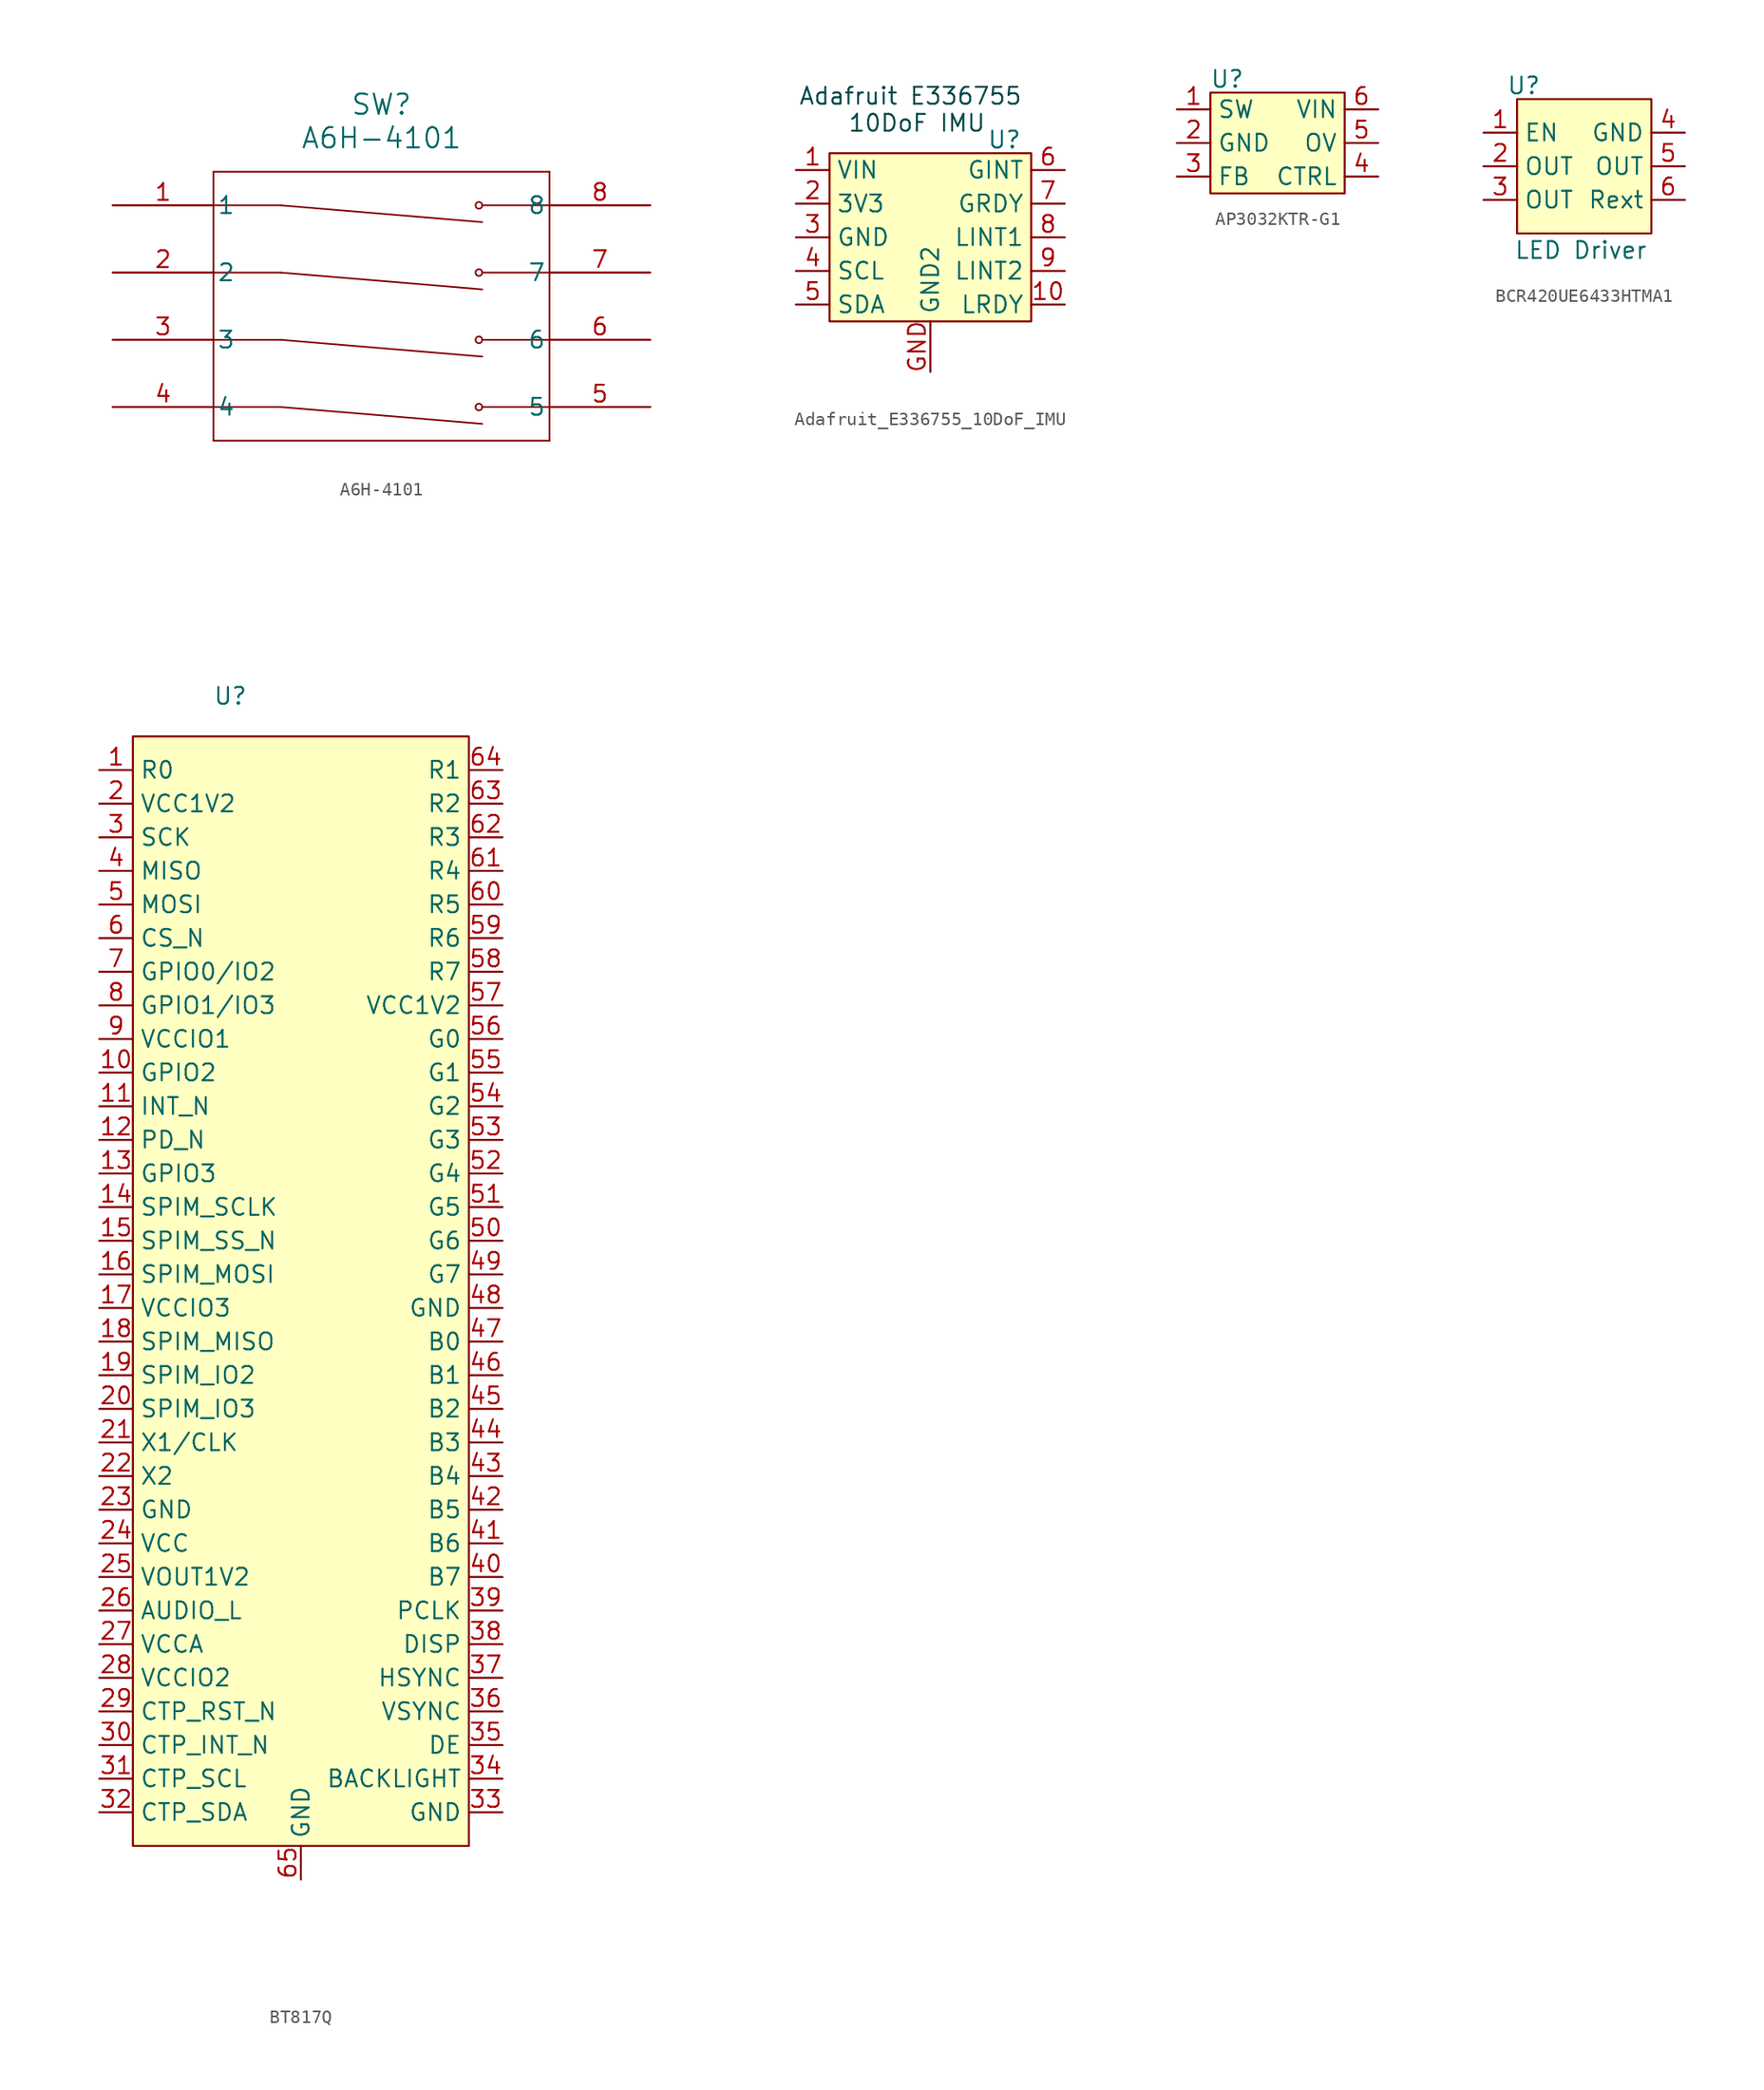
<source format=kicad_sym>
(kicad_symbol_lib
  (version 20241209)
  (generator "kicad_symbol_editor")
  (generator_version "9.0")
  (symbol "A6H-4101"
    (pin_names
      (offset 0.254))
    (property "Reference" "SW"
      (at 20.32 7.62 0)
      (effects (font (size 1.524 1.524))))
    (property "Value" "A6H-4101"
      (at 20.32 5.08 0)
      (effects (font (size 1.524 1.524))))
    (symbol "A6H-4101_0_1"
      (polyline (pts (xy 7.62 2.54) (xy 7.62 -17.78)) (stroke (width 0.127) (type default)) (fill (type none)))
      (polyline (pts (xy 7.62 -17.78) (xy 33.02 -17.78)) (stroke (width 0.127) (type default)) (fill (type none)))
      (polyline (pts (xy 12.7 0) (xy 7.62 0)) (stroke (width 0.127) (type default)) (fill (type none)))
      (polyline (pts (xy 12.7 0) (xy 27.94 -1.27)) (stroke (width 0.127) (type default)) (fill (type none)))
      (polyline (pts (xy 12.7 -5.08) (xy 7.62 -5.08)) (stroke (width 0.127) (type default)) (fill (type none)))
      (polyline (pts (xy 12.7 -5.08) (xy 27.94 -6.35)) (stroke (width 0.127) (type default)) (fill (type none)))
      (polyline (pts (xy 12.7 -10.16) (xy 7.62 -10.16)) (stroke (width 0.127) (type default)) (fill (type none)))
      (polyline (pts (xy 12.7 -10.16) (xy 27.94 -11.43)) (stroke (width 0.127) (type default)) (fill (type none)))
      (polyline (pts (xy 12.7 -15.24) (xy 7.62 -15.24)) (stroke (width 0.127) (type default)) (fill (type none)))
      (polyline (pts (xy 12.7 -15.24) (xy 27.94 -16.51)) (stroke (width 0.127) (type default)) (fill (type none)))
      (circle (center 27.686 0) (radius 0.254) (stroke (width 0.127) (type default)) (fill (type none)))
      (circle (center 27.686 -5.08) (radius 0.254) (stroke (width 0.127) (type default)) (fill (type none)))
      (circle (center 27.686 -10.16) (radius 0.254) (stroke (width 0.127) (type default)) (fill (type none)))
      (circle (center 27.686 -15.24) (radius 0.254) (stroke (width 0.127) (type default)) (fill (type none)))
      (polyline (pts (xy 27.94 0) (xy 33.02 0)) (stroke (width 0.127) (type default)) (fill (type none)))
      (polyline (pts (xy 27.94 -5.08) (xy 33.02 -5.08)) (stroke (width 0.127) (type default)) (fill (type none)))
      (polyline (pts (xy 27.94 -10.16) (xy 33.02 -10.16)) (stroke (width 0.127) (type default)) (fill (type none)))
      (polyline (pts (xy 27.94 -15.24) (xy 33.02 -15.24)) (stroke (width 0.127) (type default)) (fill (type none)))
      (polyline (pts (xy 33.02 2.54) (xy 7.62 2.54)) (stroke (width 0.127) (type default)) (fill (type none)))
      (polyline (pts (xy 33.02 -17.78) (xy 33.02 2.54)) (stroke (width 0.127) (type default)) (fill (type none)))
      (pin unspecified line (at 0 0 0) (length 7.62) (name "1" (effects (font (size 1.27 1.27)))) (number "1" (effects (font (size 1.27 1.27)))))
      (pin unspecified line (at 0 -5.08 0) (length 7.62) (name "2" (effects (font (size 1.27 1.27)))) (number "2" (effects (font (size 1.27 1.27)))))
      (pin unspecified line (at 0 -10.16 0) (length 7.62) (name "3" (effects (font (size 1.27 1.27)))) (number "3" (effects (font (size 1.27 1.27)))))
      (pin unspecified line (at 0 -15.24 0) (length 7.62) (name "4" (effects (font (size 1.27 1.27)))) (number "4" (effects (font (size 1.27 1.27)))))
      (pin unspecified line (at 40.64 0 180) (length 7.62) (name "8" (effects (font (size 1.27 1.27)))) (number "8" (effects (font (size 1.27 1.27)))))
      (pin unspecified line (at 40.64 -5.08 180) (length 7.62) (name "7" (effects (font (size 1.27 1.27)))) (number "7" (effects (font (size 1.27 1.27)))))
      (pin unspecified line (at 40.64 -10.16 180) (length 7.62) (name "6" (effects (font (size 1.27 1.27)))) (number "6" (effects (font (size 1.27 1.27)))))
      (pin unspecified line (at 40.64 -15.24 180) (length 7.62) (name "5" (effects (font (size 1.27 1.27)))) (number "5" (effects (font (size 1.27 1.27)))))))
  (symbol "Adafruit_E336755_10DoF_IMU"
    (property "Reference" "U"
      (at 5.588 7.366 0)
      (effects (font (size 1.27 1.27))))
    (property "Value" ""
      (at 2.54 -5.08 0)
      (effects (font (size 1.27 1.27))))
    (symbol "Adafruit_E336755_10DoF_IMU_1_1"
      (rectangle (start -7.62 6.35) (end 7.62 -6.35) (stroke (width 0) (type default)) (fill (type background)))
      (text "Adafruit E336755 \n10DoF IMU" (at -1.016 9.652 0) (effects (font (size 1.27 1.27) (color 0 72 72 1))))
      (pin power_in line (at -10.16 5.08 0) (length 2.54) (name "VIN" (effects (font (size 1.27 1.27)))) (number "1" (effects (font (size 1.27 1.27)))))
      (pin power_in line (at -10.16 2.54 0) (length 2.54) (name "3V3" (effects (font (size 1.27 1.27)))) (number "2" (effects (font (size 1.27 1.27)))))
      (pin power_in line (at -10.16 0 0) (length 2.54) (name "GND" (effects (font (size 1.27 1.27)))) (number "3" (effects (font (size 1.27 1.27)))))
      (pin input line (at -10.16 -2.54 0) (length 2.54) (name "SCL" (effects (font (size 1.27 1.27)))) (number "4" (effects (font (size 1.27 1.27)))))
      (pin input line (at -10.16 -5.08 0) (length 2.54) (name "SDA" (effects (font (size 1.27 1.27)))) (number "5" (effects (font (size 1.27 1.27)))))
      (pin power_in line (at 0 -10.16 90) (length 3.81) (name "GND2" (effects (font (size 1.27 1.27)))) (number "GND" (effects (font (size 1.27 1.27)))))
      (pin unspecified line (at 10.16 5.08 180) (length 2.54) (name "GINT" (effects (font (size 1.27 1.27)))) (number "6" (effects (font (size 1.27 1.27)))))
      (pin unspecified line (at 10.16 2.54 180) (length 2.54) (name "GRDY" (effects (font (size 1.27 1.27)))) (number "7" (effects (font (size 1.27 1.27)))))
      (pin unspecified line (at 10.16 0 180) (length 2.54) (name "LINT1" (effects (font (size 1.27 1.27)))) (number "8" (effects (font (size 1.27 1.27)))))
      (pin unspecified line (at 10.16 -2.54 180) (length 2.54) (name "LINT2" (effects (font (size 1.27 1.27)))) (number "9" (effects (font (size 1.27 1.27)))))
      (pin unspecified line (at 10.16 -5.08 180) (length 2.54) (name "LRDY" (effects (font (size 1.27 1.27)))) (number "10" (effects (font (size 1.27 1.27)))))))
  (symbol "AP3032KTR-G1"
    (property "Reference" "U"
      (at 1.27 1.016 0)
      (effects (font (size 1.27 1.27))))
    (property "Value" ""
      (at 0 0 0)
      (effects (font (size 1.27 1.27))))
    (symbol "AP3032KTR-G1_1_1"
      (rectangle (start 0 0) (end 10.16 -7.62) (stroke (width 0) (type default)) (fill (type background)))
      (pin input line (at -2.54 -1.27 0) (length 2.54) (name "SW" (effects (font (size 1.27 1.27)))) (number "1" (effects (font (size 1.27 1.27)))))
      (pin input line (at -2.54 -3.81 0) (length 2.54) (name "GND" (effects (font (size 1.27 1.27)))) (number "2" (effects (font (size 1.27 1.27)))))
      (pin input line (at -2.54 -6.35 0) (length 2.54) (name "FB" (effects (font (size 1.27 1.27)))) (number "3" (effects (font (size 1.27 1.27)))))
      (pin input line (at 12.7 -1.27 180) (length 2.54) (name "VIN" (effects (font (size 1.27 1.27)))) (number "6" (effects (font (size 1.27 1.27)))))
      (pin input line (at 12.7 -3.81 180) (length 2.54) (name "OV" (effects (font (size 1.27 1.27)))) (number "5" (effects (font (size 1.27 1.27)))))
      (pin input line (at 12.7 -6.35 180) (length 2.54) (name "CTRL" (effects (font (size 1.27 1.27)))) (number "4" (effects (font (size 1.27 1.27)))))))
  (symbol "BCR420UE6433HTMA1"
    (property "Reference" "U"
      (at -4.572 6.096 0)
      (effects (font (size 1.27 1.27))))
    (property "Value" "LED Driver"
      (at -0.254 -6.35 0)
      (effects (font (size 1.27 1.27))))
    (symbol "BCR420UE6433HTMA1_1_1"
      (rectangle (start -5.08 5.08) (end 5.08 -5.08) (stroke (width 0) (type default)) (fill (type background)))
      (pin input line (at -7.62 2.54 0) (length 2.54) (name "EN" (effects (font (size 1.27 1.27)))) (number "1" (effects (font (size 1.27 1.27)))))
      (pin input line (at -7.62 0 0) (length 2.54) (name "OUT" (effects (font (size 1.27 1.27)))) (number "2" (effects (font (size 1.27 1.27)))))
      (pin input line (at -7.62 -2.54 0) (length 2.54) (name "OUT" (effects (font (size 1.27 1.27)))) (number "3" (effects (font (size 1.27 1.27)))))
      (pin output line (at 7.62 2.54 180) (length 2.54) (name "GND" (effects (font (size 1.27 1.27)))) (number "4" (effects (font (size 1.27 1.27)))))
      (pin input line (at 7.62 0 180) (length 2.54) (name "OUT" (effects (font (size 1.27 1.27)))) (number "5" (effects (font (size 1.27 1.27)))))
      (pin bidirectional line (at 7.62 -2.54 180) (length 2.54) (name "Rext" (effects (font (size 1.27 1.27)))) (number "6" (effects (font (size 1.27 1.27)))))))
  (symbol "BT817Q"
    (property "Reference" "U"
      (at 7.366 3.048 0)
      (effects (font (size 1.27 1.27))))
    (property "Value" ""
      (at 0 0 0)
      (effects (font (size 1.27 1.27))))
    (symbol "BT817Q_1_1"
      (rectangle (start 0 0) (end 25.4 -83.82) (stroke (width 0) (type default)) (fill (type background)))
      (pin input line (at -2.54 -2.54 0) (length 2.54) (name "R0" (effects (font (size 1.27 1.27)))) (number "1" (effects (font (size 1.27 1.27)))))
      (pin input line (at -2.54 -5.08 0) (length 2.54) (name "VCC1V2" (effects (font (size 1.27 1.27)))) (number "2" (effects (font (size 1.27 1.27)))))
      (pin input line (at -2.54 -7.62 0) (length 2.54) (name "SCK" (effects (font (size 1.27 1.27)))) (number "3" (effects (font (size 1.27 1.27)))))
      (pin input line (at -2.54 -10.16 0) (length 2.54) (name "MISO" (effects (font (size 1.27 1.27)))) (number "4" (effects (font (size 1.27 1.27)))))
      (pin input line (at -2.54 -12.7 0) (length 2.54) (name "MOSI" (effects (font (size 1.27 1.27)))) (number "5" (effects (font (size 1.27 1.27)))))
      (pin input line (at -2.54 -15.24 0) (length 2.54) (name "CS_N" (effects (font (size 1.27 1.27)))) (number "6" (effects (font (size 1.27 1.27)))))
      (pin input line (at -2.54 -17.78 0) (length 2.54) (name "GPIO0/IO2" (effects (font (size 1.27 1.27)))) (number "7" (effects (font (size 1.27 1.27)))))
      (pin input line (at -2.54 -20.32 0) (length 2.54) (name "GPIO1/IO3" (effects (font (size 1.27 1.27)))) (number "8" (effects (font (size 1.27 1.27)))))
      (pin input line (at -2.54 -22.86 0) (length 2.54) (name "VCCIO1" (effects (font (size 1.27 1.27)))) (number "9" (effects (font (size 1.27 1.27)))))
      (pin input line (at -2.54 -25.4 0) (length 2.54) (name "GPIO2" (effects (font (size 1.27 1.27)))) (number "10" (effects (font (size 1.27 1.27)))))
      (pin input line (at -2.54 -27.94 0) (length 2.54) (name "INT_N" (effects (font (size 1.27 1.27)))) (number "11" (effects (font (size 1.27 1.27)))))
      (pin input line (at -2.54 -30.48 0) (length 2.54) (name "PD_N" (effects (font (size 1.27 1.27)))) (number "12" (effects (font (size 1.27 1.27)))))
      (pin input line (at -2.54 -33.02 0) (length 2.54) (name "GPIO3" (effects (font (size 1.27 1.27)))) (number "13" (effects (font (size 1.27 1.27)))))
      (pin input line (at -2.54 -35.56 0) (length 2.54) (name "SPIM_SCLK" (effects (font (size 1.27 1.27)))) (number "14" (effects (font (size 1.27 1.27)))))
      (pin input line (at -2.54 -38.1 0) (length 2.54) (name "SPIM_SS_N" (effects (font (size 1.27 1.27)))) (number "15" (effects (font (size 1.27 1.27)))))
      (pin input line (at -2.54 -40.64 0) (length 2.54) (name "SPIM_MOSI" (effects (font (size 1.27 1.27)))) (number "16" (effects (font (size 1.27 1.27)))))
      (pin input line (at -2.54 -43.18 0) (length 2.54) (name "VCCIO3" (effects (font (size 1.27 1.27)))) (number "17" (effects (font (size 1.27 1.27)))))
      (pin input line (at -2.54 -45.72 0) (length 2.54) (name "SPIM_MISO" (effects (font (size 1.27 1.27)))) (number "18" (effects (font (size 1.27 1.27)))))
      (pin input line (at -2.54 -48.26 0) (length 2.54) (name "SPIM_IO2" (effects (font (size 1.27 1.27)))) (number "19" (effects (font (size 1.27 1.27)))))
      (pin input line (at -2.54 -50.8 0) (length 2.54) (name "SPIM_IO3" (effects (font (size 1.27 1.27)))) (number "20" (effects (font (size 1.27 1.27)))))
      (pin input line (at -2.54 -53.34 0) (length 2.54) (name "X1/CLK" (effects (font (size 1.27 1.27)))) (number "21" (effects (font (size 1.27 1.27)))))
      (pin input line (at -2.54 -55.88 0) (length 2.54) (name "X2" (effects (font (size 1.27 1.27)))) (number "22" (effects (font (size 1.27 1.27)))))
      (pin input line (at -2.54 -58.42 0) (length 2.54) (name "GND" (effects (font (size 1.27 1.27)))) (number "23" (effects (font (size 1.27 1.27)))))
      (pin input line (at -2.54 -60.96 0) (length 2.54) (name "VCC" (effects (font (size 1.27 1.27)))) (number "24" (effects (font (size 1.27 1.27)))))
      (pin input line (at -2.54 -63.5 0) (length 2.54) (name "VOUT1V2" (effects (font (size 1.27 1.27)))) (number "25" (effects (font (size 1.27 1.27)))))
      (pin input line (at -2.54 -66.04 0) (length 2.54) (name "AUDIO_L" (effects (font (size 1.27 1.27)))) (number "26" (effects (font (size 1.27 1.27)))))
      (pin input line (at -2.54 -68.58 0) (length 2.54) (name "VCCA" (effects (font (size 1.27 1.27)))) (number "27" (effects (font (size 1.27 1.27)))))
      (pin input line (at -2.54 -71.12 0) (length 2.54) (name "VCCIO2" (effects (font (size 1.27 1.27)))) (number "28" (effects (font (size 1.27 1.27)))))
      (pin input line (at -2.54 -73.66 0) (length 2.54) (name "CTP_RST_N" (effects (font (size 1.27 1.27)))) (number "29" (effects (font (size 1.27 1.27)))))
      (pin input line (at -2.54 -76.2 0) (length 2.54) (name "CTP_INT_N" (effects (font (size 1.27 1.27)))) (number "30" (effects (font (size 1.27 1.27)))))
      (pin input line (at -2.54 -78.74 0) (length 2.54) (name "CTP_SCL" (effects (font (size 1.27 1.27)))) (number "31" (effects (font (size 1.27 1.27)))))
      (pin input line (at -2.54 -81.28 0) (length 2.54) (name "CTP_SDA" (effects (font (size 1.27 1.27)))) (number "32" (effects (font (size 1.27 1.27)))))
      (pin input line (at 12.7 -86.36 90) (length 2.54) (name "GND" (effects (font (size 1.27 1.27)))) (number "65" (effects (font (size 1.27 1.27)))))
      (pin input line (at 27.94 -2.54 180) (length 2.54) (name "R1" (effects (font (size 1.27 1.27)))) (number "64" (effects (font (size 1.27 1.27)))))
      (pin input line (at 27.94 -5.08 180) (length 2.54) (name "R2" (effects (font (size 1.27 1.27)))) (number "63" (effects (font (size 1.27 1.27)))))
      (pin input line (at 27.94 -7.62 180) (length 2.54) (name "R3" (effects (font (size 1.27 1.27)))) (number "62" (effects (font (size 1.27 1.27)))))
      (pin input line (at 27.94 -10.16 180) (length 2.54) (name "R4" (effects (font (size 1.27 1.27)))) (number "61" (effects (font (size 1.27 1.27)))))
      (pin input line (at 27.94 -12.7 180) (length 2.54) (name "R5" (effects (font (size 1.27 1.27)))) (number "60" (effects (font (size 1.27 1.27)))))
      (pin input line (at 27.94 -15.24 180) (length 2.54) (name "R6" (effects (font (size 1.27 1.27)))) (number "59" (effects (font (size 1.27 1.27)))))
      (pin input line (at 27.94 -17.78 180) (length 2.54) (name "R7" (effects (font (size 1.27 1.27)))) (number "58" (effects (font (size 1.27 1.27)))))
      (pin input line (at 27.94 -20.32 180) (length 2.54) (name "VCC1V2" (effects (font (size 1.27 1.27)))) (number "57" (effects (font (size 1.27 1.27)))))
      (pin input line (at 27.94 -22.86 180) (length 2.54) (name "G0" (effects (font (size 1.27 1.27)))) (number "56" (effects (font (size 1.27 1.27)))))
      (pin input line (at 27.94 -25.4 180) (length 2.54) (name "G1" (effects (font (size 1.27 1.27)))) (number "55" (effects (font (size 1.27 1.27)))))
      (pin input line (at 27.94 -27.94 180) (length 2.54) (name "G2" (effects (font (size 1.27 1.27)))) (number "54" (effects (font (size 1.27 1.27)))))
      (pin input line (at 27.94 -30.48 180) (length 2.54) (name "G3" (effects (font (size 1.27 1.27)))) (number "53" (effects (font (size 1.27 1.27)))))
      (pin input line (at 27.94 -33.02 180) (length 2.54) (name "G4" (effects (font (size 1.27 1.27)))) (number "52" (effects (font (size 1.27 1.27)))))
      (pin input line (at 27.94 -35.56 180) (length 2.54) (name "G5" (effects (font (size 1.27 1.27)))) (number "51" (effects (font (size 1.27 1.27)))))
      (pin input line (at 27.94 -38.1 180) (length 2.54) (name "G6" (effects (font (size 1.27 1.27)))) (number "50" (effects (font (size 1.27 1.27)))))
      (pin input line (at 27.94 -40.64 180) (length 2.54) (name "G7" (effects (font (size 1.27 1.27)))) (number "49" (effects (font (size 1.27 1.27)))))
      (pin input line (at 27.94 -43.18 180) (length 2.54) (name "GND" (effects (font (size 1.27 1.27)))) (number "48" (effects (font (size 1.27 1.27)))))
      (pin input line (at 27.94 -45.72 180) (length 2.54) (name "B0" (effects (font (size 1.27 1.27)))) (number "47" (effects (font (size 1.27 1.27)))))
      (pin input line (at 27.94 -48.26 180) (length 2.54) (name "B1" (effects (font (size 1.27 1.27)))) (number "46" (effects (font (size 1.27 1.27)))))
      (pin input line (at 27.94 -50.8 180) (length 2.54) (name "B2" (effects (font (size 1.27 1.27)))) (number "45" (effects (font (size 1.27 1.27)))))
      (pin input line (at 27.94 -53.34 180) (length 2.54) (name "B3" (effects (font (size 1.27 1.27)))) (number "44" (effects (font (size 1.27 1.27)))))
      (pin input line (at 27.94 -55.88 180) (length 2.54) (name "B4" (effects (font (size 1.27 1.27)))) (number "43" (effects (font (size 1.27 1.27)))))
      (pin input line (at 27.94 -58.42 180) (length 2.54) (name "B5" (effects (font (size 1.27 1.27)))) (number "42" (effects (font (size 1.27 1.27)))))
      (pin input line (at 27.94 -60.96 180) (length 2.54) (name "B6" (effects (font (size 1.27 1.27)))) (number "41" (effects (font (size 1.27 1.27)))))
      (pin input line (at 27.94 -63.5 180) (length 2.54) (name "B7" (effects (font (size 1.27 1.27)))) (number "40" (effects (font (size 1.27 1.27)))))
      (pin input line (at 27.94 -66.04 180) (length 2.54) (name "PCLK" (effects (font (size 1.27 1.27)))) (number "39" (effects (font (size 1.27 1.27)))))
      (pin input line (at 27.94 -68.58 180) (length 2.54) (name "DISP" (effects (font (size 1.27 1.27)))) (number "38" (effects (font (size 1.27 1.27)))))
      (pin input line (at 27.94 -71.12 180) (length 2.54) (name "HSYNC" (effects (font (size 1.27 1.27)))) (number "37" (effects (font (size 1.27 1.27)))))
      (pin input line (at 27.94 -73.66 180) (length 2.54) (name "VSYNC" (effects (font (size 1.27 1.27)))) (number "36" (effects (font (size 1.27 1.27)))))
      (pin input line (at 27.94 -76.2 180) (length 2.54) (name "DE" (effects (font (size 1.27 1.27)))) (number "35" (effects (font (size 1.27 1.27)))))
      (pin input line (at 27.94 -78.74 180) (length 2.54) (name "BACKLIGHT" (effects (font (size 1.27 1.27)))) (number "34" (effects (font (size 1.27 1.27)))))
      (pin input line (at 27.94 -81.28 180) (length 2.54) (name "GND" (effects (font (size 1.27 1.27)))) (number "33" (effects (font (size 1.27 1.27))))))))
</source>
